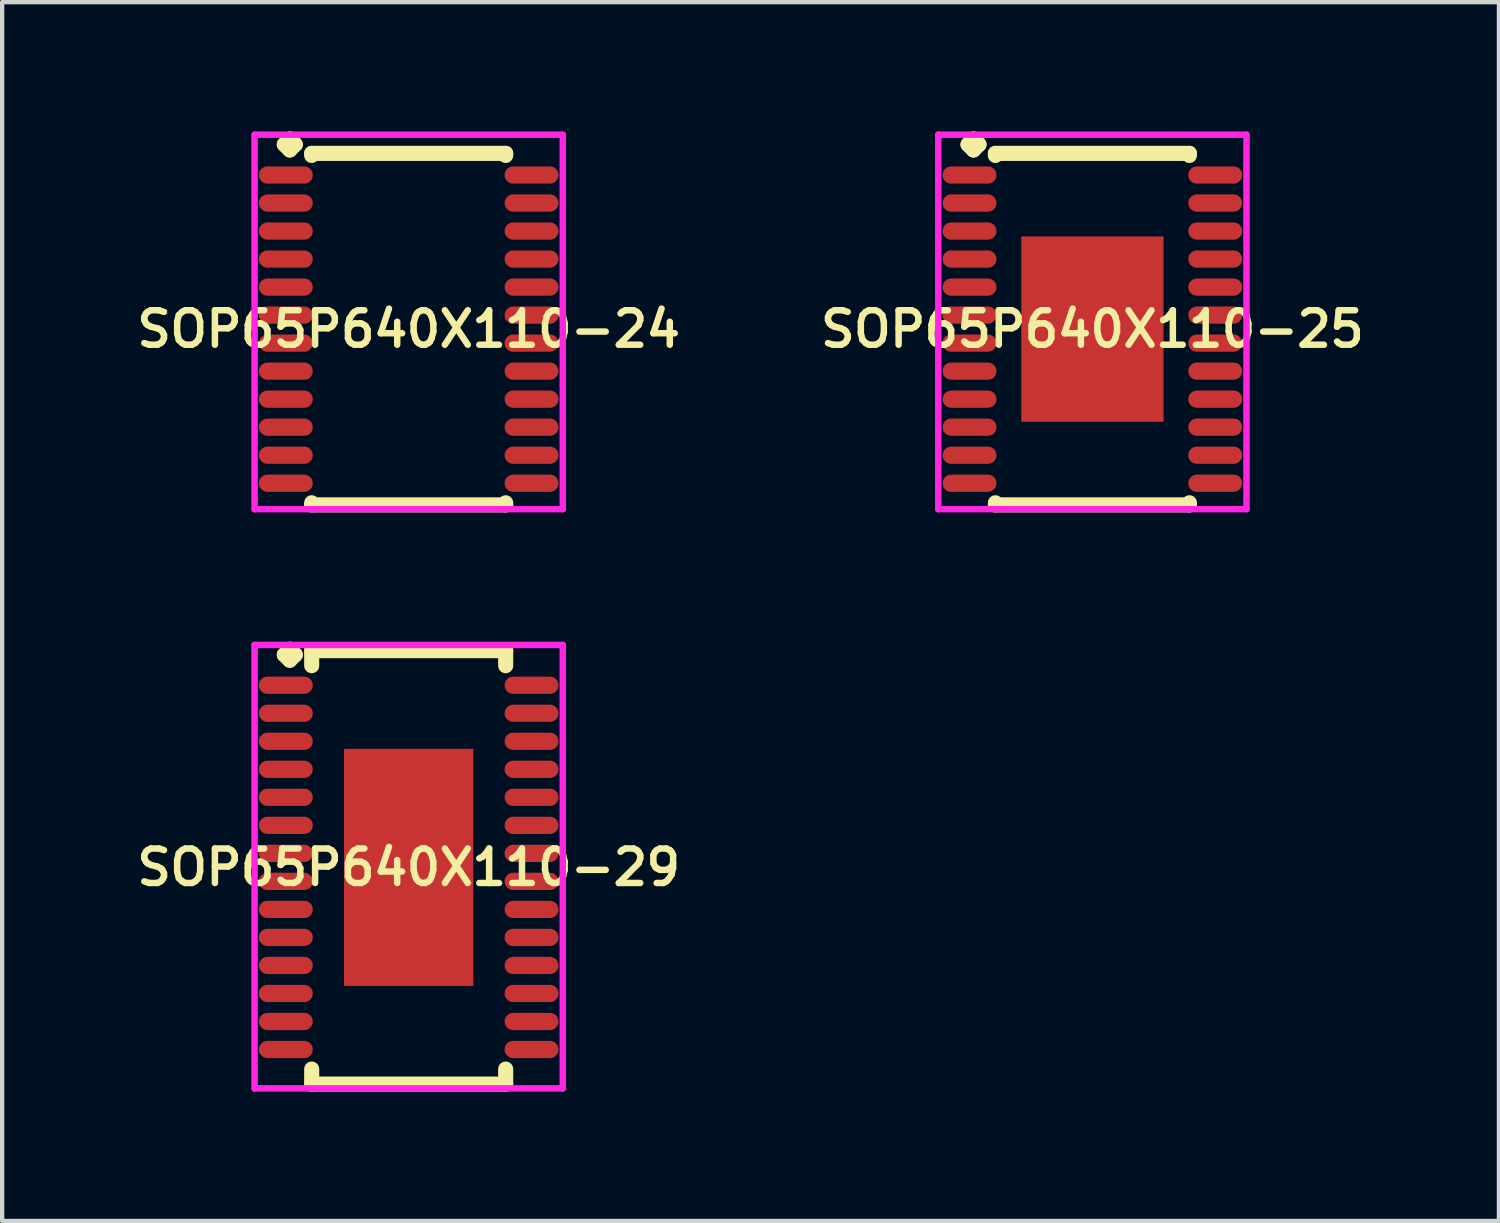
<source format=kicad_pcb>
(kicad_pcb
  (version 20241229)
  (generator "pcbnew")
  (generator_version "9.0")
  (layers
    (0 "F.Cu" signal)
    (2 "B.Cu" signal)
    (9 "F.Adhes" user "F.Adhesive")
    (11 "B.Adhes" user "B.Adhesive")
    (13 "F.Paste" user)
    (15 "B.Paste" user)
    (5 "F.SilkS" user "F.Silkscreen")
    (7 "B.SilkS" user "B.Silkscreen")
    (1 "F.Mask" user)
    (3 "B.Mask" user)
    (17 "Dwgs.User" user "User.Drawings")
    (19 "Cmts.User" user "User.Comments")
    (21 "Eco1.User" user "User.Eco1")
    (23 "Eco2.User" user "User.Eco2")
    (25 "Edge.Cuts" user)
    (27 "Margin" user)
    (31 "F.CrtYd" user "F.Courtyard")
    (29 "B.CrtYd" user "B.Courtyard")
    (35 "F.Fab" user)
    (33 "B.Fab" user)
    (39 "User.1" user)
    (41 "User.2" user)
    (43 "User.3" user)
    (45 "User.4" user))
  (footprint "SOP65P640X110-24"
    (layer "F.Cu")
    (at 6.431 4.585)
    (property "Reference" "SOP65P640X110-24" (at 0 0 0) (layer "F.SilkS") (effects (font (size 0.8 0.8) (thickness 0.15))))
    (attr smd)
    (fp_line (start -2.885 -4.283) (end -2.758 -4.41) (stroke (width 0.35) (type solid)) (layer "F.SilkS"))
    (fp_line (start -2.758 -4.41) (end -2.631 -4.283) (stroke (width 0.35) (type solid)) (layer "F.SilkS"))
    (fp_line (start -2.758 -4.156) (end -2.885 -4.283) (stroke (width 0.35) (type solid)) (layer "F.SilkS"))
    (fp_line (start -2.631 -4.283) (end -2.758 -4.156) (stroke (width 0.35) (type solid)) (layer "F.SilkS"))
    (fp_line (start -2.25 -4.077) (end 2.25 -4.077) (stroke (width 0.35) (type solid)) (layer "F.SilkS"))
    (fp_line (start -2.25 -4.029) (end -2.25 -4.077) (stroke (width 0.35) (type solid)) (layer "F.SilkS"))
    (fp_line (start -2.25 4.029) (end -2.25 4.077) (stroke (width 0.35) (type solid)) (layer "F.SilkS"))
    (fp_line (start -2.25 4.077) (end 2.25 4.077) (stroke (width 0.35) (type solid)) (layer "F.SilkS"))
    (fp_line (start 2.25 -4.077) (end 2.25 -4.029) (stroke (width 0.35) (type solid)) (layer "F.SilkS"))
    (fp_line (start 2.25 4.077) (end 2.25 4.029) (stroke (width 0.35) (type solid)) (layer "F.SilkS"))
    (fp_line (start -3.575 -4.51) (end 3.575 -4.51) (stroke (width 0.15) (type solid)) (layer "F.CrtYd"))
    (fp_line (start -3.575 4.177) (end -3.575 -4.51) (stroke (width 0.15) (type solid)) (layer "F.CrtYd"))
    (fp_line (start 3.575 -4.51) (end 3.575 4.177) (stroke (width 0.15) (type solid)) (layer "F.CrtYd"))
    (fp_line (start 3.575 4.177) (end -3.575 4.177) (stroke (width 0.15) (type solid)) (layer "F.CrtYd"))
    (pad "1" smd oval (at -2.85 -3.575) (size 1.25 0.4) (layers "F.Cu" "F.Mask" "F.Paste"))
    (pad "2" smd oval (at -2.85 -2.925) (size 1.25 0.4) (layers "F.Cu" "F.Mask" "F.Paste"))
    (pad "3" smd oval (at -2.85 -2.275) (size 1.25 0.4) (layers "F.Cu" "F.Mask" "F.Paste"))
    (pad "4" smd oval (at -2.85 -1.625) (size 1.25 0.4) (layers "F.Cu" "F.Mask" "F.Paste"))
    (pad "5" smd oval (at -2.85 -0.975) (size 1.25 0.4) (layers "F.Cu" "F.Mask" "F.Paste"))
    (pad "6" smd oval (at -2.85 -0.325) (size 1.25 0.4) (layers "F.Cu" "F.Mask" "F.Paste"))
    (pad "7" smd oval (at -2.85 0.325) (size 1.25 0.4) (layers "F.Cu" "F.Mask" "F.Paste"))
    (pad "8" smd oval (at -2.85 0.975) (size 1.25 0.4) (layers "F.Cu" "F.Mask" "F.Paste"))
    (pad "9" smd oval (at -2.85 1.625) (size 1.25 0.4) (layers "F.Cu" "F.Mask" "F.Paste"))
    (pad "10" smd oval (at -2.85 2.275) (size 1.25 0.4) (layers "F.Cu" "F.Mask" "F.Paste"))
    (pad "11" smd oval (at -2.85 2.925) (size 1.25 0.4) (layers "F.Cu" "F.Mask" "F.Paste"))
    (pad "12" smd oval (at -2.85 3.575) (size 1.25 0.4) (layers "F.Cu" "F.Mask" "F.Paste"))
    (pad "13" smd oval (at 2.85 3.575) (size 1.25 0.4) (layers "F.Cu" "F.Mask" "F.Paste"))
    (pad "14" smd oval (at 2.85 2.925) (size 1.25 0.4) (layers "F.Cu" "F.Mask" "F.Paste"))
    (pad "15" smd oval (at 2.85 2.275) (size 1.25 0.4) (layers "F.Cu" "F.Mask" "F.Paste"))
    (pad "16" smd oval (at 2.85 1.625) (size 1.25 0.4) (layers "F.Cu" "F.Mask" "F.Paste"))
    (pad "17" smd oval (at 2.85 0.975) (size 1.25 0.4) (layers "F.Cu" "F.Mask" "F.Paste"))
    (pad "18" smd oval (at 2.85 0.325) (size 1.25 0.4) (layers "F.Cu" "F.Mask" "F.Paste"))
    (pad "19" smd oval (at 2.85 -0.325) (size 1.25 0.4) (layers "F.Cu" "F.Mask" "F.Paste"))
    (pad "20" smd oval (at 2.85 -0.975) (size 1.25 0.4) (layers "F.Cu" "F.Mask" "F.Paste"))
    (pad "21" smd oval (at 2.85 -1.625) (size 1.25 0.4) (layers "F.Cu" "F.Mask" "F.Paste"))
    (pad "22" smd oval (at 2.85 -2.275) (size 1.25 0.4) (layers "F.Cu" "F.Mask" "F.Paste"))
    (pad "23" smd oval (at 2.85 -2.925) (size 1.25 0.4) (layers "F.Cu" "F.Mask" "F.Paste"))
    (pad "24" smd oval (at 2.85 -3.575) (size 1.25 0.4) (layers "F.Cu" "F.Mask" "F.Paste")))
  (footprint "SOP65P640X110-25"
    (layer "F.Cu")
    (at 22.292 4.585)
    (property "Reference" "SOP65P640X110-25" (at 0 0 0) (layer "F.SilkS") (effects (font (size 0.8 0.8) (thickness 0.15))))
    (attr through_hole)
    (fp_line (start -2.885 -4.283) (end -2.758 -4.41) (stroke (width 0.35) (type solid)) (layer "F.SilkS"))
    (fp_line (start -2.758 -4.41) (end -2.631 -4.283) (stroke (width 0.35) (type solid)) (layer "F.SilkS"))
    (fp_line (start -2.758 -4.156) (end -2.885 -4.283) (stroke (width 0.35) (type solid)) (layer "F.SilkS"))
    (fp_line (start -2.631 -4.283) (end -2.758 -4.156) (stroke (width 0.35) (type solid)) (layer "F.SilkS"))
    (fp_line (start -2.25 -4.077) (end 2.25 -4.077) (stroke (width 0.35) (type solid)) (layer "F.SilkS"))
    (fp_line (start -2.25 -4.029) (end -2.25 -4.077) (stroke (width 0.35) (type solid)) (layer "F.SilkS"))
    (fp_line (start -2.25 4.029) (end -2.25 4.077) (stroke (width 0.35) (type solid)) (layer "F.SilkS"))
    (fp_line (start -2.25 4.077) (end 2.25 4.077) (stroke (width 0.35) (type solid)) (layer "F.SilkS"))
    (fp_line (start 2.25 -4.077) (end 2.25 -4.029) (stroke (width 0.35) (type solid)) (layer "F.SilkS"))
    (fp_line (start 2.25 4.077) (end 2.25 4.029) (stroke (width 0.35) (type solid)) (layer "F.SilkS"))
    (fp_line (start -3.575 -4.51) (end 3.575 -4.51) (stroke (width 0.15) (type solid)) (layer "F.CrtYd"))
    (fp_line (start -3.575 4.177) (end -3.575 -4.51) (stroke (width 0.15) (type solid)) (layer "F.CrtYd"))
    (fp_line (start 3.575 -4.51) (end 3.575 4.177) (stroke (width 0.15) (type solid)) (layer "F.CrtYd"))
    (fp_line (start 3.575 4.177) (end -3.575 4.177) (stroke (width 0.15) (type solid)) (layer "F.CrtYd"))
    (pad "1" smd oval (at -2.85 -3.575) (size 1.25 0.4) (layers "F.Cu" "F.Mask" "F.Paste"))
    (pad "2" smd oval (at -2.85 -2.925) (size 1.25 0.4) (layers "F.Cu" "F.Mask" "F.Paste"))
    (pad "3" smd oval (at -2.85 -2.275) (size 1.25 0.4) (layers "F.Cu" "F.Mask" "F.Paste"))
    (pad "4" smd oval (at -2.85 -1.625) (size 1.25 0.4) (layers "F.Cu" "F.Mask" "F.Paste"))
    (pad "5" smd oval (at -2.85 -0.975) (size 1.25 0.4) (layers "F.Cu" "F.Mask" "F.Paste"))
    (pad "6" smd oval (at -2.85 -0.325) (size 1.25 0.4) (layers "F.Cu" "F.Mask" "F.Paste"))
    (pad "7" smd oval (at -2.85 0.325) (size 1.25 0.4) (layers "F.Cu" "F.Mask" "F.Paste"))
    (pad "8" smd oval (at -2.85 0.975) (size 1.25 0.4) (layers "F.Cu" "F.Mask" "F.Paste"))
    (pad "9" smd oval (at -2.85 1.625) (size 1.25 0.4) (layers "F.Cu" "F.Mask" "F.Paste"))
    (pad "10" smd oval (at -2.85 2.275) (size 1.25 0.4) (layers "F.Cu" "F.Mask" "F.Paste"))
    (pad "11" smd oval (at -2.85 2.925) (size 1.25 0.4) (layers "F.Cu" "F.Mask" "F.Paste"))
    (pad "12" smd oval (at -2.85 3.575) (size 1.25 0.4) (layers "F.Cu" "F.Mask" "F.Paste"))
    (pad "13" smd oval (at 2.85 3.575) (size 1.25 0.4) (layers "F.Cu" "F.Mask" "F.Paste"))
    (pad "14" smd oval (at 2.85 2.925) (size 1.25 0.4) (layers "F.Cu" "F.Mask" "F.Paste"))
    (pad "15" smd oval (at 2.85 2.275) (size 1.25 0.4) (layers "F.Cu" "F.Mask" "F.Paste"))
    (pad "16" smd oval (at 2.85 1.625) (size 1.25 0.4) (layers "F.Cu" "F.Mask" "F.Paste"))
    (pad "17" smd oval (at 2.85 0.975) (size 1.25 0.4) (layers "F.Cu" "F.Mask" "F.Paste"))
    (pad "18" smd oval (at 2.85 0.325) (size 1.25 0.4) (layers "F.Cu" "F.Mask" "F.Paste"))
    (pad "19" smd oval (at 2.85 -0.325) (size 1.25 0.4) (layers "F.Cu" "F.Mask" "F.Paste"))
    (pad "20" smd oval (at 2.85 -0.975) (size 1.25 0.4) (layers "F.Cu" "F.Mask" "F.Paste"))
    (pad "21" smd oval (at 2.85 -1.625) (size 1.25 0.4) (layers "F.Cu" "F.Mask" "F.Paste"))
    (pad "22" smd oval (at 2.85 -2.275) (size 1.25 0.4) (layers "F.Cu" "F.Mask" "F.Paste"))
    (pad "23" smd oval (at 2.85 -2.925) (size 1.25 0.4) (layers "F.Cu" "F.Mask" "F.Paste"))
    (pad "24" smd oval (at 2.85 -3.575) (size 1.25 0.4) (layers "F.Cu" "F.Mask" "F.Paste"))
    (pad "25" smd rect (at 0 0) (size 3.3 4.3) (layers "F.Cu" "F.Mask" "F.Paste")))
  (footprint "SOP65P640X110-29"
    (layer "F.Cu")
    (at 6.431 17.072)
    (property "Reference" "SOP65P640X110-29" (at 0 0 0) (layer "F.SilkS") (effects (font (size 0.8 0.8) (thickness 0.15))))
    (attr smd)
    (fp_line (start -2.885 -4.933) (end -2.758 -5.06) (stroke (width 0.35) (type solid)) (layer "F.SilkS"))
    (fp_line (start -2.758 -5.06) (end -2.631 -4.933) (stroke (width 0.35) (type solid)) (layer "F.SilkS"))
    (fp_line (start -2.758 -4.806) (end -2.885 -4.933) (stroke (width 0.35) (type solid)) (layer "F.SilkS"))
    (fp_line (start -2.631 -4.933) (end -2.758 -4.806) (stroke (width 0.35) (type solid)) (layer "F.SilkS"))
    (fp_line (start -2.25 -5.027) (end 2.25 -5.027) (stroke (width 0.35) (type solid)) (layer "F.SilkS"))
    (fp_line (start -2.25 -4.679) (end -2.25 -5.027) (stroke (width 0.35) (type solid)) (layer "F.SilkS"))
    (fp_line (start -2.25 4.679) (end -2.25 5.027) (stroke (width 0.35) (type solid)) (layer "F.SilkS"))
    (fp_line (start -2.25 5.027) (end 2.25 5.027) (stroke (width 0.35) (type solid)) (layer "F.SilkS"))
    (fp_line (start 2.25 -5.027) (end 2.25 -4.679) (stroke (width 0.35) (type solid)) (layer "F.SilkS"))
    (fp_line (start 2.25 5.027) (end 2.25 4.679) (stroke (width 0.35) (type solid)) (layer "F.SilkS"))
    (fp_line (start -3.575 -5.16) (end 3.575 -5.16) (stroke (width 0.15) (type solid)) (layer "F.CrtYd"))
    (fp_line (start -3.575 5.127) (end -3.575 -5.16) (stroke (width 0.15) (type solid)) (layer "F.CrtYd"))
    (fp_line (start 3.575 -5.16) (end 3.575 5.127) (stroke (width 0.15) (type solid)) (layer "F.CrtYd"))
    (fp_line (start 3.575 5.127) (end -3.575 5.127) (stroke (width 0.15) (type solid)) (layer "F.CrtYd"))
    (pad "1" smd oval (at -2.85 -4.225) (size 1.25 0.4) (layers "F.Cu" "F.Mask" "F.Paste"))
    (pad "2" smd oval (at -2.85 -3.575) (size 1.25 0.4) (layers "F.Cu" "F.Mask" "F.Paste"))
    (pad "3" smd oval (at -2.85 -2.925) (size 1.25 0.4) (layers "F.Cu" "F.Mask" "F.Paste"))
    (pad "4" smd oval (at -2.85 -2.275) (size 1.25 0.4) (layers "F.Cu" "F.Mask" "F.Paste"))
    (pad "5" smd oval (at -2.85 -1.625) (size 1.25 0.4) (layers "F.Cu" "F.Mask" "F.Paste"))
    (pad "6" smd oval (at -2.85 -0.975) (size 1.25 0.4) (layers "F.Cu" "F.Mask" "F.Paste"))
    (pad "7" smd oval (at -2.85 -0.325) (size 1.25 0.4) (layers "F.Cu" "F.Mask" "F.Paste"))
    (pad "8" smd oval (at -2.85 0.325) (size 1.25 0.4) (layers "F.Cu" "F.Mask" "F.Paste"))
    (pad "9" smd oval (at -2.85 0.975) (size 1.25 0.4) (layers "F.Cu" "F.Mask" "F.Paste"))
    (pad "10" smd oval (at -2.85 1.625) (size 1.25 0.4) (layers "F.Cu" "F.Mask" "F.Paste"))
    (pad "11" smd oval (at -2.85 2.275) (size 1.25 0.4) (layers "F.Cu" "F.Mask" "F.Paste"))
    (pad "12" smd oval (at -2.85 2.925) (size 1.25 0.4) (layers "F.Cu" "F.Mask" "F.Paste"))
    (pad "13" smd oval (at -2.85 3.575) (size 1.25 0.4) (layers "F.Cu" "F.Mask" "F.Paste"))
    (pad "14" smd oval (at -2.85 4.225) (size 1.25 0.4) (layers "F.Cu" "F.Mask" "F.Paste"))
    (pad "15" smd oval (at 2.85 4.225) (size 1.25 0.4) (layers "F.Cu" "F.Mask" "F.Paste"))
    (pad "16" smd oval (at 2.85 3.575) (size 1.25 0.4) (layers "F.Cu" "F.Mask" "F.Paste"))
    (pad "17" smd oval (at 2.85 2.925) (size 1.25 0.4) (layers "F.Cu" "F.Mask" "F.Paste"))
    (pad "18" smd oval (at 2.85 2.275) (size 1.25 0.4) (layers "F.Cu" "F.Mask" "F.Paste"))
    (pad "19" smd oval (at 2.85 1.625) (size 1.25 0.4) (layers "F.Cu" "F.Mask" "F.Paste"))
    (pad "20" smd oval (at 2.85 0.975) (size 1.25 0.4) (layers "F.Cu" "F.Mask" "F.Paste"))
    (pad "21" smd oval (at 2.85 0.325) (size 1.25 0.4) (layers "F.Cu" "F.Mask" "F.Paste"))
    (pad "22" smd oval (at 2.85 -0.325) (size 1.25 0.4) (layers "F.Cu" "F.Mask" "F.Paste"))
    (pad "23" smd oval (at 2.85 -0.975) (size 1.25 0.4) (layers "F.Cu" "F.Mask" "F.Paste"))
    (pad "24" smd oval (at 2.85 -1.625) (size 1.25 0.4) (layers "F.Cu" "F.Mask" "F.Paste"))
    (pad "25" smd oval (at 2.85 -2.275) (size 1.25 0.4) (layers "F.Cu" "F.Mask" "F.Paste"))
    (pad "26" smd oval (at 2.85 -2.925) (size 1.25 0.4) (layers "F.Cu" "F.Mask" "F.Paste"))
    (pad "27" smd oval (at 2.85 -3.575) (size 1.25 0.4) (layers "F.Cu" "F.Mask" "F.Paste"))
    (pad "28" smd oval (at 2.85 -4.225) (size 1.25 0.4) (layers "F.Cu" "F.Mask" "F.Paste"))
    (pad "29" smd rect (at 0 0) (size 3 5.5) (layers "F.Cu" "F.Mask" "F.Paste")))
  (gr_rect
    (start -3 -3)
    (end 31.723 25.274)
    (stroke (width 0.1) (type default))
    (fill no)
    (layer "Edge.Cuts")))
</source>
